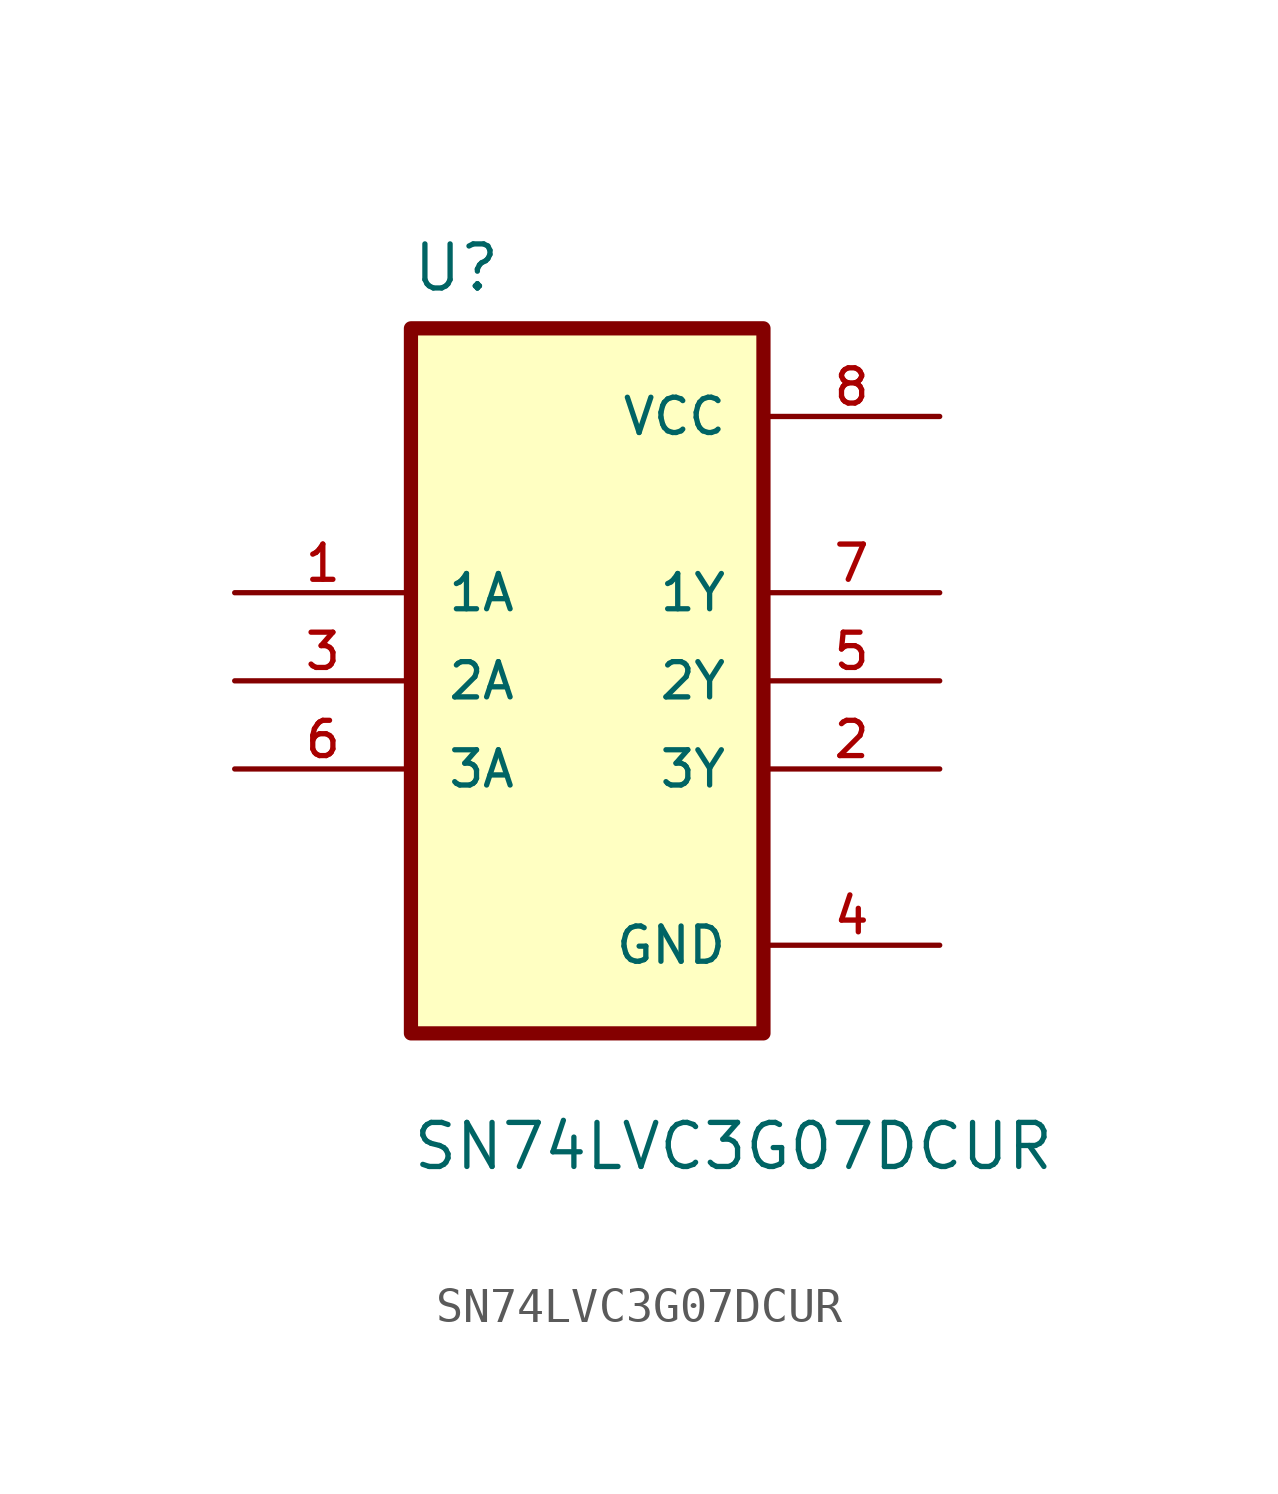
<source format=kicad_sym>
(kicad_symbol_lib
  (version 20231120)
  (generator "kicad_symbol_editor")
  (generator_version "8.0")
  (symbol "SN74LVC3G07DCUR"
    (pin_names
      (offset 1.016))
    (property "Reference" "U"
      (at -12.7 11.16 0)
      (effects (font (size 1.27 1.27)) (justify left bottom)))
    (property "Value" "SN74LVC3G07DCUR"
      (at -12.7 -14.16 0)
      (effects (font (size 1.27 1.27)) (justify left bottom)))
    (symbol "SN74LVC3G07DCUR_0_0"
      (rectangle (start -12.7 10.16) (end -2.54 -10.16) (stroke (width 0.41) (type default)) (fill (type background)))
      (pin input line (at -17.78 2.54 0) (length 5.08) (name "1A" (effects (font (size 1.016 1.016)))) (number "1" (effects (font (size 1.016 1.016)))))
      (pin output line (at 2.54 -2.54 180) (length 5.08) (name "3Y" (effects (font (size 1.016 1.016)))) (number "2" (effects (font (size 1.016 1.016)))))
      (pin input line (at -17.78 0 0) (length 5.08) (name "2A" (effects (font (size 1.016 1.016)))) (number "3" (effects (font (size 1.016 1.016)))))
      (pin power_in line (at 2.54 -7.62 180) (length 5.08) (name "GND" (effects (font (size 1.016 1.016)))) (number "4" (effects (font (size 1.016 1.016)))))
      (pin output line (at 2.54 0 180) (length 5.08) (name "2Y" (effects (font (size 1.016 1.016)))) (number "5" (effects (font (size 1.016 1.016)))))
      (pin input line (at -17.78 -2.54 0) (length 5.08) (name "3A" (effects (font (size 1.016 1.016)))) (number "6" (effects (font (size 1.016 1.016)))))
      (pin output line (at 2.54 2.54 180) (length 5.08) (name "1Y" (effects (font (size 1.016 1.016)))) (number "7" (effects (font (size 1.016 1.016)))))
      (pin power_in line (at 2.54 7.62 180) (length 5.08) (name "VCC" (effects (font (size 1.016 1.016)))) (number "8" (effects (font (size 1.016 1.016))))))))
</source>
